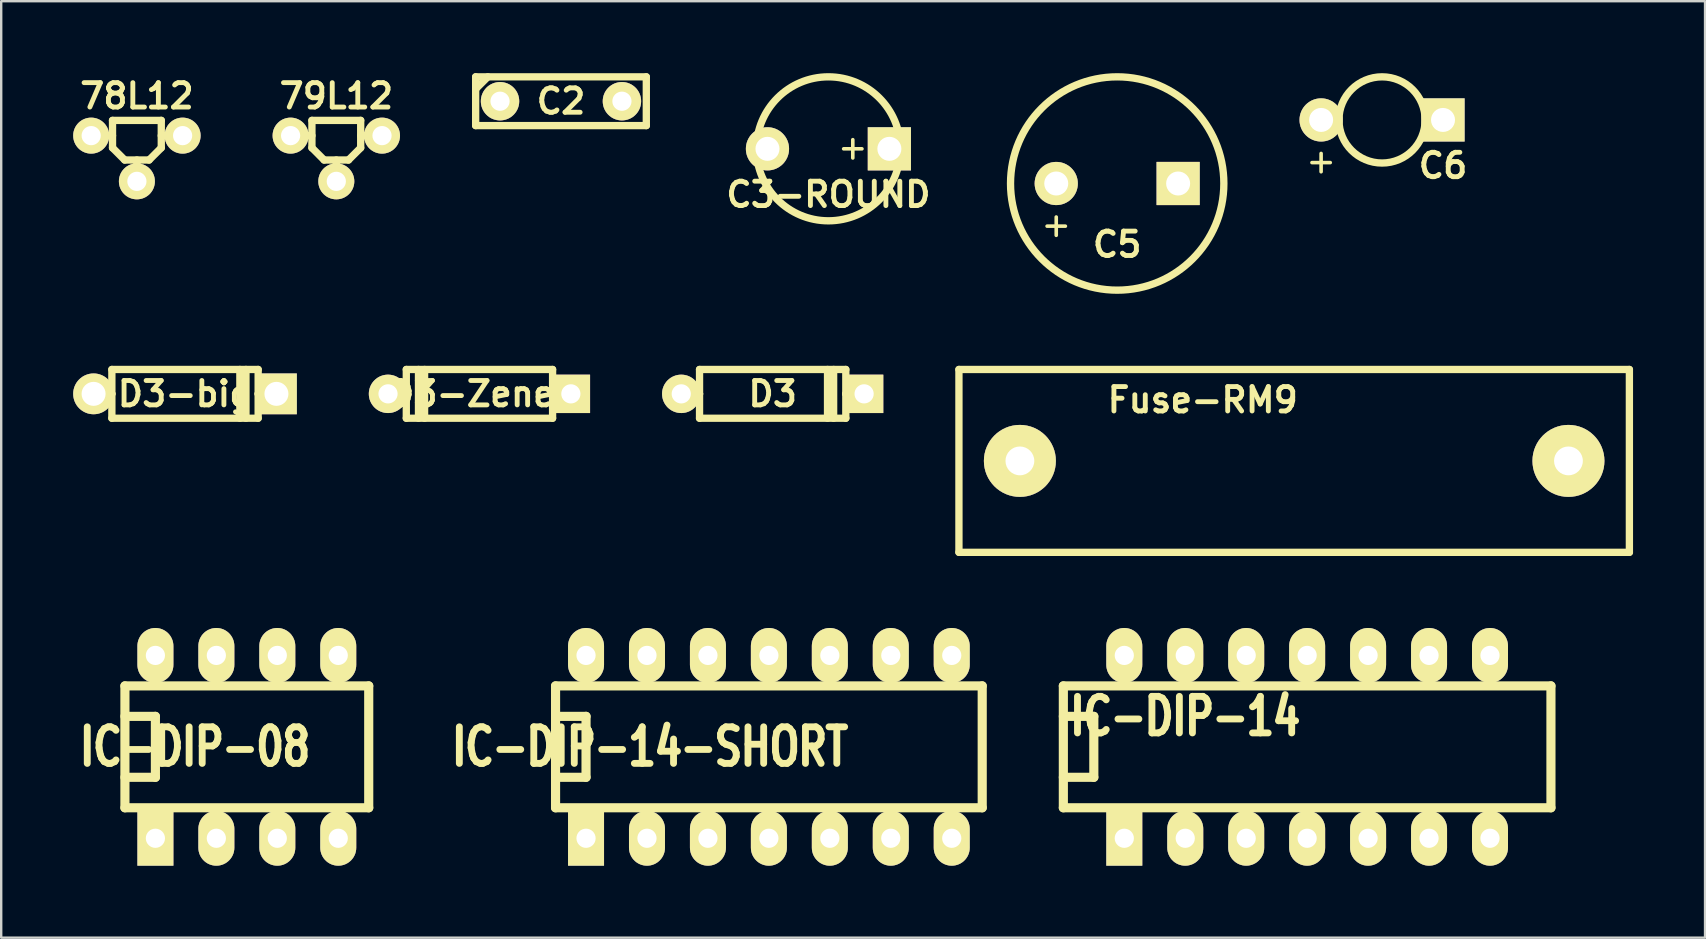
<source format=kicad_pcb>
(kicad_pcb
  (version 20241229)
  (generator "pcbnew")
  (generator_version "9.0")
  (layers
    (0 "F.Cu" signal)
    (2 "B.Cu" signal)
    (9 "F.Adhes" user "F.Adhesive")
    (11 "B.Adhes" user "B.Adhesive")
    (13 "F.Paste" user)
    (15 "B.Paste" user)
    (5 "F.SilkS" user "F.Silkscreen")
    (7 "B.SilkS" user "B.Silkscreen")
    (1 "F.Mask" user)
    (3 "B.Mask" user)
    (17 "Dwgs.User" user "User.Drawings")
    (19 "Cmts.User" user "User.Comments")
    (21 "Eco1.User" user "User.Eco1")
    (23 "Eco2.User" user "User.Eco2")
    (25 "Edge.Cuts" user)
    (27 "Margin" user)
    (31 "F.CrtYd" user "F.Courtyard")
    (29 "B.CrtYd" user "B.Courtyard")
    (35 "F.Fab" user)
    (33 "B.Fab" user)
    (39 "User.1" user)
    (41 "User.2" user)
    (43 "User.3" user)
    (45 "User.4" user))
  (footprint "C3-ROUND"
    (layer "F.Cu")
    (at 31.473 3.152)
    (property "Reference" "C3-ROUND" (at 0 1.905 0) (layer "F.SilkS") (effects (font (size 1.016 1.016) (thickness 0.203))))
    (attr through_hole)
    (fp_line (start 0.635 0) (end 1.397 0) (stroke (width 0.15) (type solid)) (layer "F.SilkS"))
    (fp_line (start 1.016 -0.381) (end 1.016 0.381) (stroke (width 0.15) (type solid)) (layer "F.SilkS"))
    (fp_circle (center 0 0) (end 3 0) (stroke (width 0.305) (type solid)) (fill no) (layer "F.SilkS"))
    (pad "1" thru_hole rect (at 2.54 0) (size 1.8 1.8) (drill 1) (layers "*.Cu" "*.Mask" "F.SilkS"))
    (pad "2" thru_hole circle (at -2.54 0) (size 1.8 1.8) (drill 1) (layers "*.Cu" "*.Mask" "F.SilkS")))
  (footprint "D3-Zener"
    (layer "F.Cu")
    (at 16.93 13.363)
    (property "Reference" "D3-Zener" (at 0 0 0) (layer "F.SilkS") (effects (font (size 1.016 1.016) (thickness 0.203))))
    (attr through_hole)
    (fp_line (start -3.048 -1.016) (end -3.048 0) (stroke (width 0.305) (type solid)) (layer "F.SilkS"))
    (fp_line (start -3.048 0) (end -3.81 0) (stroke (width 0.305) (type solid)) (layer "F.SilkS"))
    (fp_line (start -3.048 0) (end -3.048 1.016) (stroke (width 0.305) (type solid)) (layer "F.SilkS"))
    (fp_line (start -3.048 1.016) (end 3.048 1.016) (stroke (width 0.305) (type solid)) (layer "F.SilkS"))
    (fp_line (start -2.54 -1.016) (end -2.54 1.016) (stroke (width 0.305) (type solid)) (layer "F.SilkS"))
    (fp_line (start -2.286 1.016) (end -2.286 -1.016) (stroke (width 0.305) (type solid)) (layer "F.SilkS"))
    (fp_line (start 3.048 -1.016) (end -3.048 -1.016) (stroke (width 0.305) (type solid)) (layer "F.SilkS"))
    (fp_line (start 3.048 0) (end 3.048 -1.016) (stroke (width 0.305) (type solid)) (layer "F.SilkS"))
    (fp_line (start 3.048 1.016) (end 3.048 0) (stroke (width 0.305) (type solid)) (layer "F.SilkS"))
    (fp_line (start 3.81 0) (end 3.048 0) (stroke (width 0.305) (type solid)) (layer "F.SilkS"))
    (pad "1" thru_hole circle (at -3.81 0) (size 1.6 1.6) (drill 0.8) (layers "*.Cu" "*.Mask" "F.SilkS"))
    (pad "2" thru_hole rect (at 3.81 0) (size 1.6 1.6) (drill 0.8) (layers "*.Cu" "*.Mask" "F.SilkS")))
  (footprint "Fuse-RM9"
    (placed yes)
    (layer "F.Cu")
    (at 50.882 16.157)
    (property "Reference" "Fuse-RM9" (at -3.81 -2.54 0) (layer "F.SilkS") (effects (font (size 1.016 1.016) (thickness 0.203))))
    (attr through_hole)
    (fp_line (start -13.97 -3.81) (end 13.97 -3.81) (stroke (width 0.305) (type solid)) (layer "F.SilkS"))
    (fp_line (start -13.97 3.81) (end -13.97 -3.81) (stroke (width 0.305) (type solid)) (layer "F.SilkS"))
    (fp_line (start -13.97 3.81) (end 13.97 3.81) (stroke (width 0.305) (type solid)) (layer "F.SilkS"))
    (fp_line (start 13.97 -3.81) (end 13.97 3.81) (stroke (width 0.305) (type solid)) (layer "F.SilkS"))
    (pad "1" thru_hole circle (at -11.43 0) (size 3 3) (drill 1.2) (layers "*.Cu" "*.Mask" "F.SilkS"))
    (pad "2" thru_hole circle (at 11.43 0) (size 3 3) (drill 1.2) (layers "*.Cu" "*.Mask" "F.SilkS")))
  (footprint "IC-DIP-08"
    (placed yes)
    (layer "F.Cu")
    (at 11.046 28.073)
    (property "Reference" "IC-DIP-08" (at -5.969 0 0) (layer "F.SilkS") (effects (font (size 1.524 1.143) (thickness 0.305))))
    (attr through_hole)
    (fp_line (start -8.89 -2.54) (end 1.27 -2.54) (stroke (width 0.381) (type solid)) (layer "F.SilkS"))
    (fp_line (start -8.89 -1.27) (end -7.62 -1.27) (stroke (width 0.381) (type solid)) (layer "F.SilkS"))
    (fp_line (start -8.89 2.54) (end -8.89 -2.54) (stroke (width 0.381) (type solid)) (layer "F.SilkS"))
    (fp_line (start -7.62 -1.27) (end -7.62 1.27) (stroke (width 0.381) (type solid)) (layer "F.SilkS"))
    (fp_line (start -7.62 1.27) (end -8.89 1.27) (stroke (width 0.381) (type solid)) (layer "F.SilkS"))
    (fp_line (start 1.27 -2.54) (end 1.27 2.54) (stroke (width 0.381) (type solid)) (layer "F.SilkS"))
    (fp_line (start 1.27 2.54) (end -8.89 2.54) (stroke (width 0.381) (type solid)) (layer "F.SilkS"))
    (pad "1" thru_hole rect (at -7.62 3.81) (size 1.5 2.286) (drill 0.8) (layers "*.Cu" "*.Mask" "F.SilkS"))
    (pad "2" thru_hole oval (at -5.08 3.81) (size 1.5 2.286) (drill 0.8) (layers "*.Cu" "*.Mask" "F.SilkS"))
    (pad "3" thru_hole oval (at -2.54 3.81) (size 1.5 2.286) (drill 0.8) (layers "*.Cu" "*.Mask" "F.SilkS"))
    (pad "4" thru_hole oval (at 0 3.81) (size 1.5 2.286) (drill 0.8) (layers "*.Cu" "*.Mask" "F.SilkS"))
    (pad "5" thru_hole oval (at 0 -3.81) (size 1.5 2.286) (drill 0.8) (layers "*.Cu" "*.Mask" "F.SilkS"))
    (pad "6" thru_hole oval (at -2.54 -3.81) (size 1.5 2.286) (drill 0.8) (layers "*.Cu" "*.Mask" "F.SilkS"))
    (pad "7" thru_hole oval (at -5.08 -3.81) (size 1.5 2.286) (drill 0.8) (layers "*.Cu" "*.Mask" "F.SilkS"))
    (pad "8" thru_hole oval (at -7.62 -3.81) (size 1.5 2.286) (drill 0.8) (layers "*.Cu" "*.Mask" "F.SilkS")))
  (footprint "78L12"
    (layer "F.Cu")
    (at 2.655 3.237)
    (property "Reference" "78L12" (at 0 -2.286 0) (layer "F.SilkS") (effects (font (size 1.016 1.016) (thickness 0.203))))
    (attr through_hole)
    (fp_line (start -1.905 -0.635) (end -1.016 -0.635) (stroke (width 0.305) (type solid)) (layer "F.SilkS"))
    (fp_line (start -1.016 -1.27) (end -1.016 -0.127) (stroke (width 0.305) (type solid)) (layer "F.SilkS"))
    (fp_line (start -1.016 -0.127) (end -0.508 0.381) (stroke (width 0.305) (type solid)) (layer "F.SilkS"))
    (fp_line (start -0.508 0.381) (end 0.508 0.381) (stroke (width 0.305) (type solid)) (layer "F.SilkS"))
    (fp_line (start 0 1.27) (end 0 0.381) (stroke (width 0.305) (type solid)) (layer "F.SilkS"))
    (fp_line (start 0.508 0.381) (end 1.016 -0.127) (stroke (width 0.305) (type solid)) (layer "F.SilkS"))
    (fp_line (start 1.016 -1.27) (end -1.016 -1.27) (stroke (width 0.305) (type solid)) (layer "F.SilkS"))
    (fp_line (start 1.016 -0.127) (end 1.016 -1.27) (stroke (width 0.305) (type solid)) (layer "F.SilkS"))
    (fp_line (start 1.905 -0.635) (end 1.016 -0.635) (stroke (width 0.305) (type solid)) (layer "F.SilkS"))
    (pad "GND" thru_hole circle (at 0 1.27) (size 1.5 1.5) (drill 0.8) (layers "*.Cu" "*.Mask" "F.SilkS"))
    (pad "VI" thru_hole circle (at -1.905 -0.635) (size 1.5 1.5) (drill 0.8) (layers "*.Cu" "*.Mask" "F.SilkS"))
    (pad "VO" thru_hole circle (at 1.905 -0.635) (size 1.5 1.5) (drill 0.8) (layers "*.Cu" "*.Mask" "F.SilkS")))
  (footprint "IC-DIP-14"
    (placed yes)
    (layer "F.Cu")
    (at 51.423 28.073)
    (property "Reference" "IC-DIP-14" (at -5.08 -1.27 0) (layer "F.SilkS") (effects (font (size 1.524 1.143) (thickness 0.305))))
    (attr through_hole)
    (fp_line (start -10.16 -2.54) (end 10.16 -2.54) (stroke (width 0.381) (type solid)) (layer "F.SilkS"))
    (fp_line (start -10.16 -1.27) (end -8.89 -1.27) (stroke (width 0.381) (type solid)) (layer "F.SilkS"))
    (fp_line (start -10.16 2.54) (end -10.16 -2.54) (stroke (width 0.381) (type solid)) (layer "F.SilkS"))
    (fp_line (start -8.89 -1.27) (end -8.89 1.27) (stroke (width 0.381) (type solid)) (layer "F.SilkS"))
    (fp_line (start -8.89 1.27) (end -10.16 1.27) (stroke (width 0.381) (type solid)) (layer "F.SilkS"))
    (fp_line (start 10.16 -2.54) (end 10.16 2.54) (stroke (width 0.381) (type solid)) (layer "F.SilkS"))
    (fp_line (start 10.16 2.54) (end -10.16 2.54) (stroke (width 0.381) (type solid)) (layer "F.SilkS"))
    (pad "1" thru_hole rect (at -7.62 3.81) (size 1.5 2.286) (drill 0.8) (layers "*.Cu" "*.Mask" "F.SilkS"))
    (pad "2" thru_hole oval (at -5.08 3.81) (size 1.5 2.286) (drill 0.8) (layers "*.Cu" "*.Mask" "F.SilkS"))
    (pad "3" thru_hole oval (at -2.54 3.81) (size 1.5 2.286) (drill 0.8) (layers "*.Cu" "*.Mask" "F.SilkS"))
    (pad "4" thru_hole oval (at 0 3.81) (size 1.5 2.286) (drill 0.8) (layers "*.Cu" "*.Mask" "F.SilkS"))
    (pad "5" thru_hole oval (at 2.54 3.81) (size 1.5 2.286) (drill 0.8) (layers "*.Cu" "*.Mask" "F.SilkS"))
    (pad "6" thru_hole oval (at 5.08 3.81) (size 1.5 2.286) (drill 0.8) (layers "*.Cu" "*.Mask" "F.SilkS"))
    (pad "7" thru_hole oval (at 7.62 3.81) (size 1.5 2.286) (drill 0.8) (layers "*.Cu" "*.Mask" "F.SilkS"))
    (pad "8" thru_hole oval (at 7.62 -3.81) (size 1.5 2.286) (drill 0.8) (layers "*.Cu" "*.Mask" "F.SilkS"))
    (pad "9" thru_hole oval (at 5.08 -3.81) (size 1.5 2.286) (drill 0.8) (layers "*.Cu" "*.Mask" "F.SilkS"))
    (pad "10" thru_hole oval (at 2.54 -3.81) (size 1.5 2.286) (drill 0.8) (layers "*.Cu" "*.Mask" "F.SilkS"))
    (pad "11" thru_hole oval (at 0 -3.81) (size 1.5 2.286) (drill 0.8) (layers "*.Cu" "*.Mask" "F.SilkS"))
    (pad "12" thru_hole oval (at -2.54 -3.81) (size 1.5 2.286) (drill 0.8) (layers "*.Cu" "*.Mask" "F.SilkS"))
    (pad "13" thru_hole oval (at -5.08 -3.81) (size 1.5 2.286) (drill 0.8) (layers "*.Cu" "*.Mask" "F.SilkS"))
    (pad "14" thru_hole oval (at -7.62 -3.81) (size 1.5 2.286) (drill 0.8) (layers "*.Cu" "*.Mask" "F.SilkS")))
  (footprint "C2"
    (layer "F.Cu")
    (at 20.328 1.168)
    (property "Reference" "C2" (at 0 0 0) (layer "F.SilkS") (effects (font (size 1.016 1.016) (thickness 0.203))))
    (attr through_hole)
    (fp_line (start -3.556 -1.016) (end 3.556 -1.016) (stroke (width 0.305) (type solid)) (layer "F.SilkS"))
    (fp_line (start -3.556 -0.508) (end -3.048 -1.016) (stroke (width 0.305) (type solid)) (layer "F.SilkS"))
    (fp_line (start -3.556 1.016) (end -3.556 -1.016) (stroke (width 0.305) (type solid)) (layer "F.SilkS"))
    (fp_line (start 3.556 -1.016) (end 3.556 1.016) (stroke (width 0.305) (type solid)) (layer "F.SilkS"))
    (fp_line (start 3.556 1.016) (end -3.556 1.016) (stroke (width 0.305) (type solid)) (layer "F.SilkS"))
    (pad "1" thru_hole circle (at -2.54 0) (size 1.6 1.6) (drill 0.8) (layers "*.Cu" "*.Mask" "F.SilkS"))
    (pad "2" thru_hole circle (at 2.54 0) (size 1.6 1.6) (drill 0.8) (layers "*.Cu" "*.Mask" "F.SilkS")))
  (footprint "D3-big"
    (layer "F.Cu")
    (at 4.66 13.363)
    (property "Reference" "D3-big" (at 0 0 0) (layer "F.SilkS") (effects (font (size 1.016 1.016) (thickness 0.203))))
    (attr through_hole)
    (fp_line (start -3.048 -1.016) (end -3.048 0) (stroke (width 0.305) (type solid)) (layer "F.SilkS"))
    (fp_line (start -3.048 0) (end -3.81 0) (stroke (width 0.305) (type solid)) (layer "F.SilkS"))
    (fp_line (start -3.048 0) (end -3.048 1.016) (stroke (width 0.305) (type solid)) (layer "F.SilkS"))
    (fp_line (start -3.048 1.016) (end 3.048 1.016) (stroke (width 0.305) (type solid)) (layer "F.SilkS"))
    (fp_line (start 2.286 1.016) (end 2.286 -1.016) (stroke (width 0.305) (type solid)) (layer "F.SilkS"))
    (fp_line (start 2.54 -1.016) (end 2.54 1.016) (stroke (width 0.305) (type solid)) (layer "F.SilkS"))
    (fp_line (start 3.048 -1.016) (end -3.048 -1.016) (stroke (width 0.305) (type solid)) (layer "F.SilkS"))
    (fp_line (start 3.048 0) (end 3.048 -1.016) (stroke (width 0.305) (type solid)) (layer "F.SilkS"))
    (fp_line (start 3.048 1.016) (end 3.048 0) (stroke (width 0.305) (type solid)) (layer "F.SilkS"))
    (fp_line (start 3.81 0) (end 3.048 0) (stroke (width 0.305) (type solid)) (layer "F.SilkS"))
    (pad "1" thru_hole circle (at -3.81 0) (size 1.7 1.7) (drill 1) (layers "*.Cu" "*.Mask" "F.SilkS"))
    (pad "2" thru_hole rect (at 3.81 0) (size 1.7 1.7) (drill 1) (layers "*.Cu" "*.Mask" "F.SilkS")))
  (footprint "79L12"
    (layer "F.Cu")
    (at 10.965 3.237)
    (property "Reference" "79L12" (at 0 -2.286 0) (layer "F.SilkS") (effects (font (size 1.016 1.016) (thickness 0.203))))
    (attr through_hole)
    (fp_line (start -1.905 -0.635) (end -1.016 -0.635) (stroke (width 0.305) (type solid)) (layer "F.SilkS"))
    (fp_line (start -1.016 -1.27) (end -1.016 -0.127) (stroke (width 0.305) (type solid)) (layer "F.SilkS"))
    (fp_line (start -1.016 -0.127) (end -0.508 0.381) (stroke (width 0.305) (type solid)) (layer "F.SilkS"))
    (fp_line (start -0.508 0.381) (end 0.508 0.381) (stroke (width 0.305) (type solid)) (layer "F.SilkS"))
    (fp_line (start 0 1.27) (end 0 0.381) (stroke (width 0.305) (type solid)) (layer "F.SilkS"))
    (fp_line (start 0.508 0.381) (end 1.016 -0.127) (stroke (width 0.305) (type solid)) (layer "F.SilkS"))
    (fp_line (start 1.016 -1.27) (end -1.016 -1.27) (stroke (width 0.305) (type solid)) (layer "F.SilkS"))
    (fp_line (start 1.016 -0.127) (end 1.016 -1.27) (stroke (width 0.305) (type solid)) (layer "F.SilkS"))
    (fp_line (start 1.905 -0.635) (end 1.016 -0.635) (stroke (width 0.305) (type solid)) (layer "F.SilkS"))
    (pad "GND" thru_hole circle (at 1.905 -0.635) (size 1.5 1.5) (drill 0.8) (layers "*.Cu" "*.Mask" "F.SilkS"))
    (pad "VI" thru_hole circle (at 0 1.27) (size 1.5 1.5) (drill 0.8) (layers "*.Cu" "*.Mask" "F.SilkS"))
    (pad "VO" thru_hole circle (at -1.905 -0.635) (size 1.5 1.5) (drill 0.8) (layers "*.Cu" "*.Mask" "F.SilkS")))
  (footprint "D3"
    (layer "F.Cu")
    (at 29.15 13.363)
    (property "Reference" "D3" (at 0 0 0) (layer "F.SilkS") (effects (font (size 1.016 1.016) (thickness 0.203))))
    (attr through_hole)
    (fp_line (start -3.048 -1.016) (end -3.048 0) (stroke (width 0.305) (type solid)) (layer "F.SilkS"))
    (fp_line (start -3.048 0) (end -3.81 0) (stroke (width 0.305) (type solid)) (layer "F.SilkS"))
    (fp_line (start -3.048 0) (end -3.048 1.016) (stroke (width 0.305) (type solid)) (layer "F.SilkS"))
    (fp_line (start -3.048 1.016) (end 3.048 1.016) (stroke (width 0.305) (type solid)) (layer "F.SilkS"))
    (fp_line (start 2.286 1.016) (end 2.286 -1.016) (stroke (width 0.305) (type solid)) (layer "F.SilkS"))
    (fp_line (start 2.54 -1.016) (end 2.54 1.016) (stroke (width 0.305) (type solid)) (layer "F.SilkS"))
    (fp_line (start 3.048 -1.016) (end -3.048 -1.016) (stroke (width 0.305) (type solid)) (layer "F.SilkS"))
    (fp_line (start 3.048 0) (end 3.048 -1.016) (stroke (width 0.305) (type solid)) (layer "F.SilkS"))
    (fp_line (start 3.048 1.016) (end 3.048 0) (stroke (width 0.305) (type solid)) (layer "F.SilkS"))
    (fp_line (start 3.81 0) (end 3.048 0) (stroke (width 0.305) (type solid)) (layer "F.SilkS"))
    (pad "1" thru_hole circle (at -3.81 0) (size 1.6 1.6) (drill 0.8) (layers "*.Cu" "*.Mask" "F.SilkS"))
    (pad "2" thru_hole rect (at 3.81 0) (size 1.6 1.6) (drill 0.8) (layers "*.Cu" "*.Mask" "F.SilkS")))
  (footprint "C5"
    (layer "F.Cu")
    (at 43.507 4.597)
    (property "Reference" "C5" (at 0 2.54 0) (layer "F.SilkS") (effects (font (size 1.016 1.016) (thickness 0.203))))
    (attr through_hole)
    (fp_line (start -2.921 1.778) (end -2.159 1.778) (stroke (width 0.15) (type solid)) (layer "F.SilkS"))
    (fp_line (start -2.54 1.397) (end -2.54 2.159) (stroke (width 0.15) (type solid)) (layer "F.SilkS"))
    (fp_circle (center 0 0) (end -4.445 0) (stroke (width 0.305) (type solid)) (fill no) (layer "F.SilkS"))
    (pad "1" thru_hole circle (at -2.54 0) (size 1.8 1.8) (drill 1) (layers "*.Cu" "*.Mask" "F.SilkS"))
    (pad "2" thru_hole rect (at 2.54 0) (size 1.8 1.8) (drill 1) (layers "*.Cu" "*.Mask" "F.SilkS")))
  (footprint "IC-DIP-14-SHORT"
    (placed yes)
    (layer "F.Cu")
    (at 28.992 28.073)
    (property "Reference" "IC-DIP-14-SHORT" (at -4.953 0 0) (layer "F.SilkS") (effects (font (size 1.524 1.143) (thickness 0.305))))
    (attr through_hole)
    (fp_line (start -8.89 -2.54) (end 8.89 -2.54) (stroke (width 0.381) (type solid)) (layer "F.SilkS"))
    (fp_line (start -8.89 -1.27) (end -7.62 -1.27) (stroke (width 0.381) (type solid)) (layer "F.SilkS"))
    (fp_line (start -8.89 2.54) (end -8.89 -2.54) (stroke (width 0.381) (type solid)) (layer "F.SilkS"))
    (fp_line (start -7.62 -1.27) (end -7.62 1.27) (stroke (width 0.381) (type solid)) (layer "F.SilkS"))
    (fp_line (start -7.62 1.27) (end -8.89 1.27) (stroke (width 0.381) (type solid)) (layer "F.SilkS"))
    (fp_line (start 8.89 -2.54) (end 8.89 2.54) (stroke (width 0.381) (type solid)) (layer "F.SilkS"))
    (fp_line (start 8.89 2.54) (end -8.89 2.54) (stroke (width 0.381) (type solid)) (layer "F.SilkS"))
    (pad "1" thru_hole rect (at -7.62 3.81) (size 1.5 2.286) (drill 0.8) (layers "*.Cu" "*.Mask" "F.SilkS"))
    (pad "2" thru_hole oval (at -5.08 3.81) (size 1.5 2.286) (drill 0.8) (layers "*.Cu" "*.Mask" "F.SilkS"))
    (pad "3" thru_hole oval (at -2.54 3.81) (size 1.5 2.286) (drill 0.8) (layers "*.Cu" "*.Mask" "F.SilkS"))
    (pad "4" thru_hole oval (at 0 3.81) (size 1.5 2.286) (drill 0.8) (layers "*.Cu" "*.Mask" "F.SilkS"))
    (pad "5" thru_hole oval (at 2.54 3.81) (size 1.5 2.286) (drill 0.8) (layers "*.Cu" "*.Mask" "F.SilkS"))
    (pad "6" thru_hole oval (at 5.08 3.81) (size 1.5 2.286) (drill 0.8) (layers "*.Cu" "*.Mask" "F.SilkS"))
    (pad "7" thru_hole oval (at 7.62 3.81) (size 1.5 2.286) (drill 0.8) (layers "*.Cu" "*.Mask" "F.SilkS"))
    (pad "8" thru_hole oval (at 7.62 -3.81) (size 1.5 2.286) (drill 0.8) (layers "*.Cu" "*.Mask" "F.SilkS"))
    (pad "9" thru_hole oval (at 5.08 -3.81) (size 1.5 2.286) (drill 0.8) (layers "*.Cu" "*.Mask" "F.SilkS"))
    (pad "10" thru_hole oval (at 2.54 -3.81) (size 1.5 2.286) (drill 0.8) (layers "*.Cu" "*.Mask" "F.SilkS"))
    (pad "11" thru_hole oval (at 0 -3.81) (size 1.5 2.286) (drill 0.8) (layers "*.Cu" "*.Mask" "F.SilkS"))
    (pad "12" thru_hole oval (at -2.54 -3.81) (size 1.5 2.286) (drill 0.8) (layers "*.Cu" "*.Mask" "F.SilkS"))
    (pad "13" thru_hole oval (at -5.08 -3.81) (size 1.5 2.286) (drill 0.8) (layers "*.Cu" "*.Mask" "F.SilkS"))
    (pad "14" thru_hole oval (at -7.62 -3.81) (size 1.5 2.286) (drill 0.8) (layers "*.Cu" "*.Mask" "F.SilkS")))
  (footprint "C6"
    (layer "F.Cu")
    (at 54.545 1.948)
    (property "Reference" "C6" (at 2.54 1.905 0) (layer "F.SilkS") (effects (font (size 1.016 1.016) (thickness 0.203))))
    (attr through_hole)
    (fp_line (start -2.921 1.778) (end -2.159 1.778) (stroke (width 0.15) (type solid)) (layer "F.SilkS"))
    (fp_line (start -2.54 1.397) (end -2.54 2.159) (stroke (width 0.15) (type solid)) (layer "F.SilkS"))
    (fp_line (start -1.905 0) (end -2.54 0) (stroke (width 0.305) (type solid)) (layer "F.SilkS"))
    (fp_line (start 1.905 0) (end 2.54 0) (stroke (width 0.305) (type solid)) (layer "F.SilkS"))
    (fp_circle (center 0 0) (end 1.27 1.27) (stroke (width 0.305) (type solid)) (fill no) (layer "F.SilkS"))
    (pad "1" thru_hole circle (at -2.54 0) (size 1.8 1.8) (drill 1) (layers "*.Cu" "*.Mask" "F.SilkS"))
    (pad "2" thru_hole rect (at 2.54 0) (size 1.8 1.8) (drill 1) (layers "*.Cu" "*.Mask" "F.SilkS")))
  (gr_rect
    (start -3 -3)
    (end 68.005 36.026)
    (stroke (width 0.1) (type default))
    (fill no)
    (layer "Edge.Cuts")))
</source>
